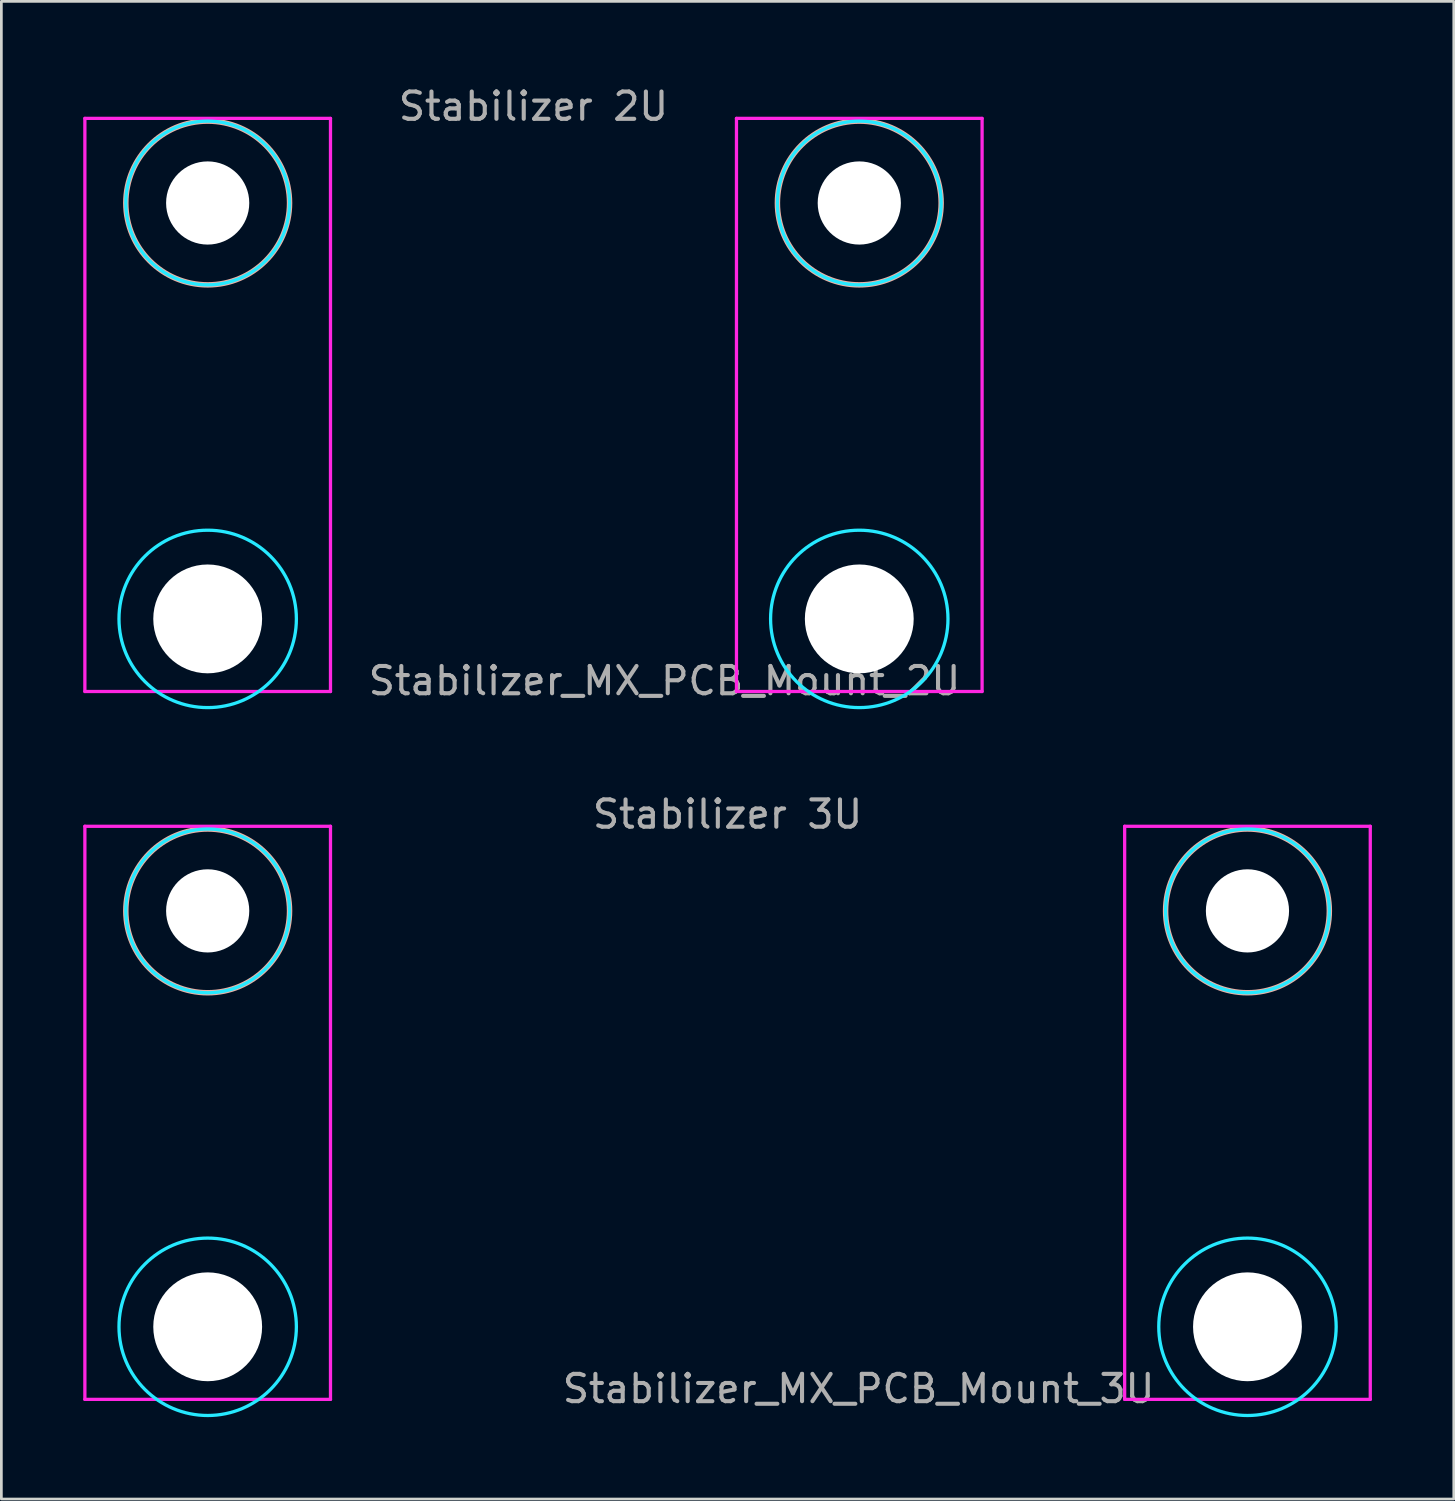
<source format=kicad_pcb>
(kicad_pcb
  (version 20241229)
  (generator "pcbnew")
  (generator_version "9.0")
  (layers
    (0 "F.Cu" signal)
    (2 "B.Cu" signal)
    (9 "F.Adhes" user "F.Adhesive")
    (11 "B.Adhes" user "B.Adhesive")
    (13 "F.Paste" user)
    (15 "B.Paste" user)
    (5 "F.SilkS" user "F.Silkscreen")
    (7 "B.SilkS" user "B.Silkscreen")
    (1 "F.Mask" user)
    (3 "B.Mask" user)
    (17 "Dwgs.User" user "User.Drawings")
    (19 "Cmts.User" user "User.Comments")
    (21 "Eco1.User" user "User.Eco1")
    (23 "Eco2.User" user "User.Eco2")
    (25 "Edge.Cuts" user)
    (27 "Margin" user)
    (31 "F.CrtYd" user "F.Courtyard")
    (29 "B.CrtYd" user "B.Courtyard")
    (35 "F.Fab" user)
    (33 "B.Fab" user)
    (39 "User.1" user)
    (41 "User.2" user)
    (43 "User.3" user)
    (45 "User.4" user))
  (footprint "Stabilizer_MX_PCB_Mount_2U"
    (layer "F.Cu")
    (at 16.498 11.373)
    (property "Reference" "Stabilizer_MX_PCB_Mount_2U" (at 4.8 10.525 0) (layer "F.Fab") (effects (font (size 1 1) (thickness 0.15))))
    (attr through_hole)
    (fp_circle (center -11.938 -6.985) (end -8.938 -6.985) (stroke (width 0.2) (type solid)) (fill no) (layer "B.SilkS"))
    (fp_circle (center 11.938 -6.985) (end 14.938 -6.985) (stroke (width 0.2) (type solid)) (fill no) (layer "B.SilkS"))
    (fp_circle (center -11.938 -6.985) (end -8.938 -6.985) (stroke (width 0.12) (type solid)) (fill no) (layer "B.CrtYd"))
    (fp_circle (center -11.938 8.255) (end -8.688 8.255) (stroke (width 0.12) (type solid)) (fill no) (layer "B.CrtYd"))
    (fp_circle (center 11.938 -6.985) (end 14.938 -6.985) (stroke (width 0.12) (type solid)) (fill no) (layer "B.CrtYd"))
    (fp_circle (center 11.938 8.255) (end 15.188 8.255) (stroke (width 0.12) (type solid)) (fill no) (layer "B.CrtYd"))
    (fp_line (start -16.438 -10.085) (end -16.438 10.915) (stroke (width 0.12) (type solid)) (layer "F.CrtYd"))
    (fp_line (start -16.438 10.915) (end -7.438 10.915) (stroke (width 0.12) (type solid)) (layer "F.CrtYd"))
    (fp_line (start -7.438 -10.085) (end -16.438 -10.085) (stroke (width 0.12) (type solid)) (layer "F.CrtYd"))
    (fp_line (start -7.438 10.915) (end -7.438 -10.085) (stroke (width 0.12) (type solid)) (layer "F.CrtYd"))
    (fp_line (start 7.438 -10.085) (end 16.438 -10.085) (stroke (width 0.12) (type solid)) (layer "F.CrtYd"))
    (fp_line (start 7.438 10.915) (end 7.438 -10.085) (stroke (width 0.12) (type solid)) (layer "F.CrtYd"))
    (fp_line (start 16.438 -10.085) (end 16.438 10.915) (stroke (width 0.12) (type solid)) (layer "F.CrtYd"))
    (fp_line (start 16.438 10.915) (end 7.438 10.915) (stroke (width 0.12) (type solid)) (layer "F.CrtYd"))
    (fp_text user "Stabilizer 2U" (at 0 -10.525 0) (layer "F.Fab") (effects (font (size 1 1) (thickness 0.15))))
    (pad "" np_thru_hole circle (at -11.938 -6.985) (size 3.048 3.048) (drill 3.048) (layers "*.Cu" "*.Mask"))
    (pad "" np_thru_hole circle (at -11.938 8.255) (size 3.988 3.988) (drill 3.988) (layers "*.Cu" "*.Mask"))
    (pad "" np_thru_hole circle (at 11.938 -6.985) (size 3.048 3.048) (drill 3.048) (layers "*.Cu" "*.Mask"))
    (pad "" np_thru_hole circle (at 11.938 8.255) (size 3.988 3.988) (drill 3.988) (layers "*.Cu" "*.Mask")))
  (footprint "Stabilizer_MX_PCB_Mount_3U"
    (layer "F.Cu")
    (at 23.61 37.312)
    (property "Reference" "Stabilizer_MX_PCB_Mount_3U" (at 4.8 10.525 0) (layer "F.Fab") (effects (font (size 1 1) (thickness 0.15))))
    (attr through_hole)
    (fp_circle (center -19.05 -6.985) (end -16.05 -6.985) (stroke (width 0.2) (type solid)) (fill no) (layer "B.SilkS"))
    (fp_circle (center 19.05 -6.985) (end 22.05 -6.985) (stroke (width 0.2) (type solid)) (fill no) (layer "B.SilkS"))
    (fp_circle (center -19.05 -6.985) (end -16.05 -6.985) (stroke (width 0.12) (type solid)) (fill no) (layer "B.CrtYd"))
    (fp_circle (center -19.05 8.255) (end -15.8 8.255) (stroke (width 0.12) (type solid)) (fill no) (layer "B.CrtYd"))
    (fp_circle (center 19.05 -6.985) (end 22.05 -6.985) (stroke (width 0.12) (type solid)) (fill no) (layer "B.CrtYd"))
    (fp_circle (center 19.05 8.255) (end 22.3 8.255) (stroke (width 0.12) (type solid)) (fill no) (layer "B.CrtYd"))
    (fp_line (start -23.55 -10.085) (end -23.55 10.915) (stroke (width 0.12) (type solid)) (layer "F.CrtYd"))
    (fp_line (start -23.55 10.915) (end -14.55 10.915) (stroke (width 0.12) (type solid)) (layer "F.CrtYd"))
    (fp_line (start -14.55 -10.085) (end -23.55 -10.085) (stroke (width 0.12) (type solid)) (layer "F.CrtYd"))
    (fp_line (start -14.55 10.915) (end -14.55 -10.085) (stroke (width 0.12) (type solid)) (layer "F.CrtYd"))
    (fp_line (start 14.55 -10.085) (end 23.55 -10.085) (stroke (width 0.12) (type solid)) (layer "F.CrtYd"))
    (fp_line (start 14.55 10.915) (end 14.55 -10.085) (stroke (width 0.12) (type solid)) (layer "F.CrtYd"))
    (fp_line (start 23.55 -10.085) (end 23.55 10.915) (stroke (width 0.12) (type solid)) (layer "F.CrtYd"))
    (fp_line (start 23.55 10.915) (end 14.55 10.915) (stroke (width 0.12) (type solid)) (layer "F.CrtYd"))
    (fp_text user "Stabilizer 3U" (at 0 -10.525 0) (layer "F.Fab") (effects (font (size 1 1) (thickness 0.15))))
    (pad "" np_thru_hole circle (at -19.05 -6.985) (size 3.048 3.048) (drill 3.048) (layers "*.Cu" "*.Mask"))
    (pad "" np_thru_hole circle (at -19.05 8.255) (size 3.988 3.988) (drill 3.988) (layers "*.Cu" "*.Mask"))
    (pad "" np_thru_hole circle (at 19.05 -6.985) (size 3.048 3.048) (drill 3.048) (layers "*.Cu" "*.Mask"))
    (pad "" np_thru_hole circle (at 19.05 8.255) (size 3.988 3.988) (drill 3.988) (layers "*.Cu" "*.Mask")))
  (gr_rect
    (start -3 -3)
    (end 50.22 51.877)
    (stroke (width 0.1) (type default))
    (fill no)
    (layer "Edge.Cuts")))
</source>
